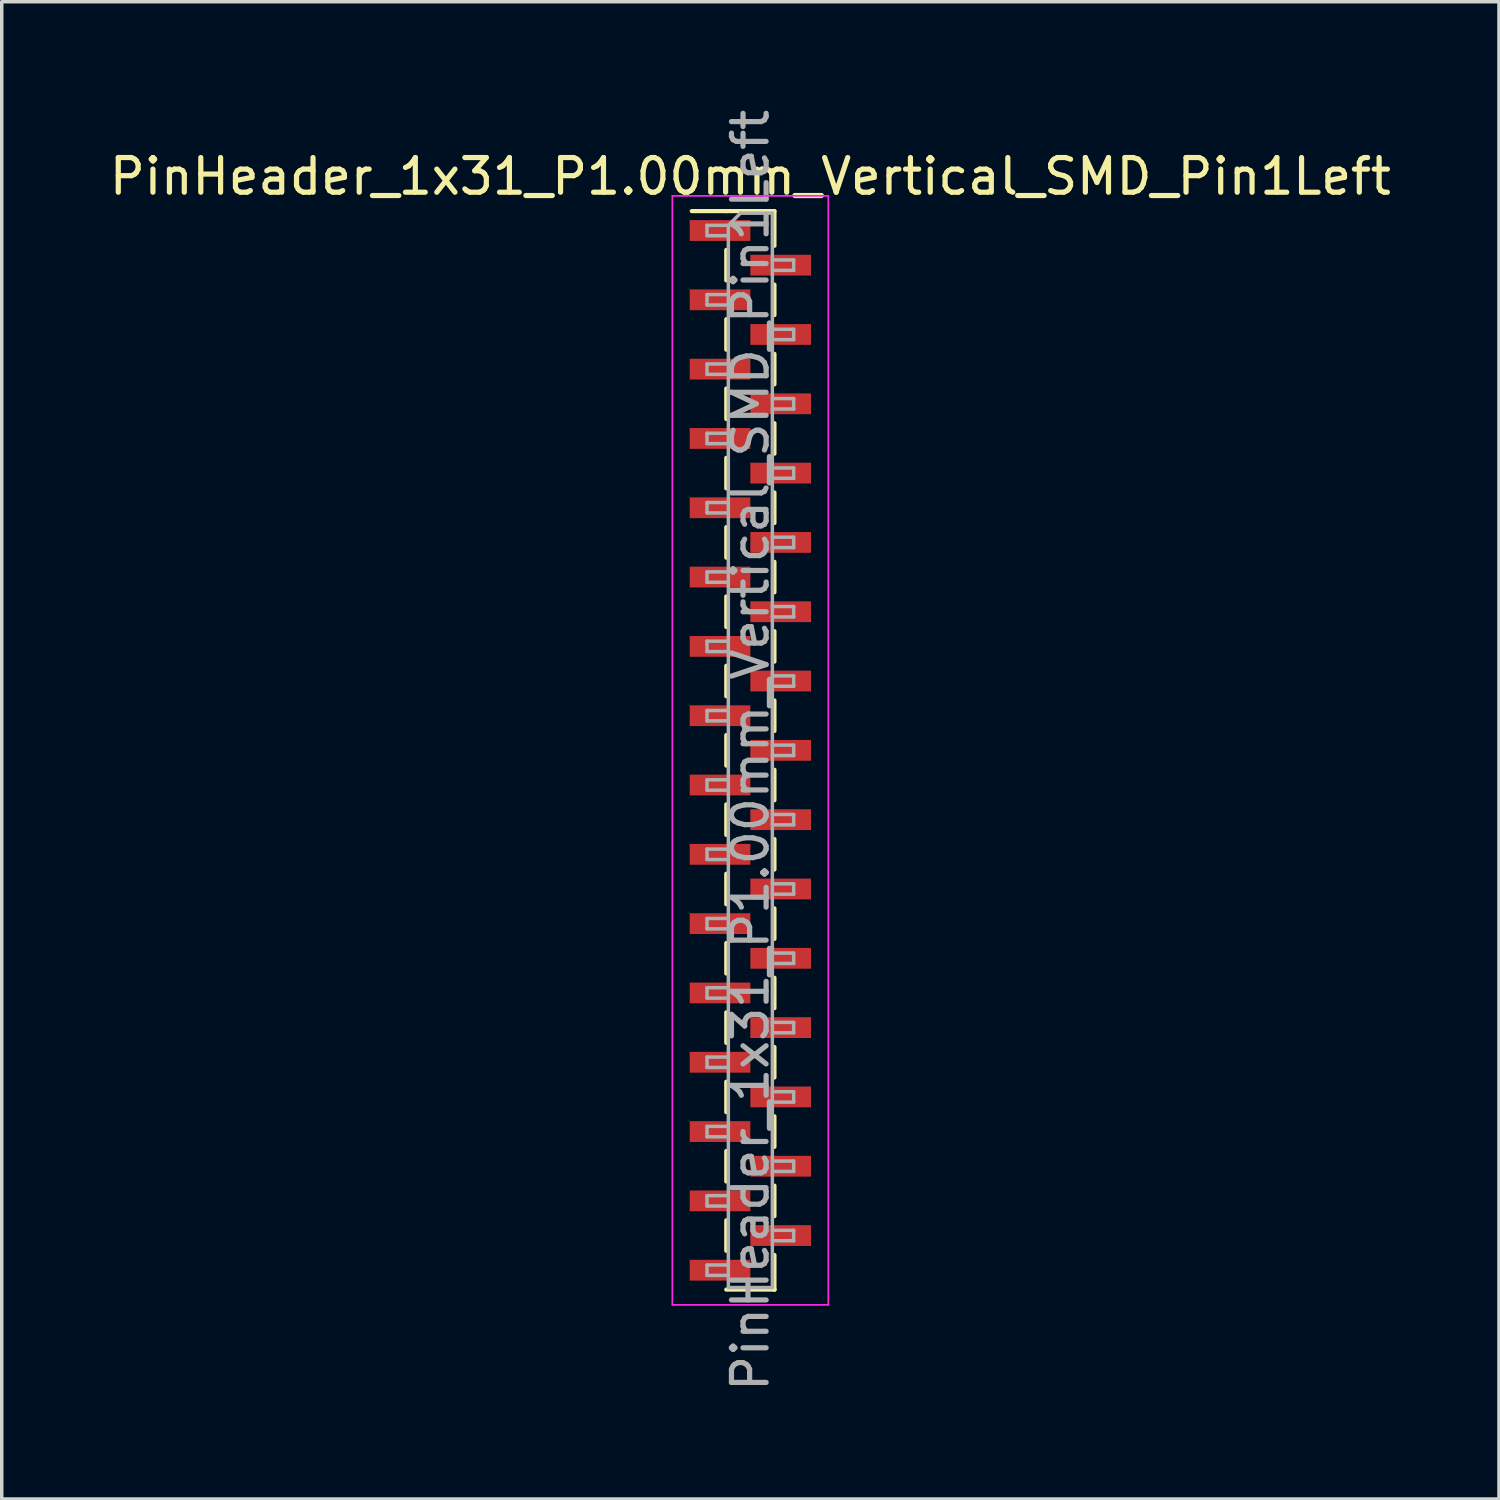
<source format=kicad_pcb>
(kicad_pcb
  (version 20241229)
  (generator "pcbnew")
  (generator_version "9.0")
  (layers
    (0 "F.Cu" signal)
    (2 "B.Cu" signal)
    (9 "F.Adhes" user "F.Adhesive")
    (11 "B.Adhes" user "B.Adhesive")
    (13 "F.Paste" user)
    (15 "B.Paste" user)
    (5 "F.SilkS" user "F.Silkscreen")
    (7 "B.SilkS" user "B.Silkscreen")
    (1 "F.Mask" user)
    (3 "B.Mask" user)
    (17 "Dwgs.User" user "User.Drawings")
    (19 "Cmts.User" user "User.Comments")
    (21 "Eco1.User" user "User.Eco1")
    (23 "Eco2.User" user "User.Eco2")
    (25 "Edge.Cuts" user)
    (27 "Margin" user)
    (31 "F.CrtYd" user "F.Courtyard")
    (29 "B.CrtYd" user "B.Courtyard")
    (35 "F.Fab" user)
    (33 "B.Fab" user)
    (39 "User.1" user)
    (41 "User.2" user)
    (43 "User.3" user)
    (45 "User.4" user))
  (footprint "PinHeader_1x31_P1.00mm_Vertical_SMD_Pin1Left"
    (layer "F.Cu")
    (at 18.601 18.601)
    (property "Reference" "PinHeader_1x31_P1.00mm_Vertical_SMD_Pin1Left" (at 0 -16.56 0) (layer "F.SilkS") (effects (font (size 1 1) (thickness 0.15))))
    (attr smd)
    (fp_line (start -0.695 -15.56) (end -1.69 -15.56) (stroke (width 0.12) (type solid)) (layer "F.SilkS"))
    (fp_line (start -0.695 -15.56) (end -0.695 -15.56) (stroke (width 0.12) (type solid)) (layer "F.SilkS"))
    (fp_line (start -0.695 -15.56) (end 0.695 -15.56) (stroke (width 0.12) (type solid)) (layer "F.SilkS"))
    (fp_line (start -0.695 -14.44) (end -0.695 -13.56) (stroke (width 0.12) (type solid)) (layer "F.SilkS"))
    (fp_line (start -0.695 -12.44) (end -0.695 -11.56) (stroke (width 0.12) (type solid)) (layer "F.SilkS"))
    (fp_line (start -0.695 -10.44) (end -0.695 -9.56) (stroke (width 0.12) (type solid)) (layer "F.SilkS"))
    (fp_line (start -0.695 -8.44) (end -0.695 -7.56) (stroke (width 0.12) (type solid)) (layer "F.SilkS"))
    (fp_line (start -0.695 -6.44) (end -0.695 -5.56) (stroke (width 0.12) (type solid)) (layer "F.SilkS"))
    (fp_line (start -0.695 -4.44) (end -0.695 -3.56) (stroke (width 0.12) (type solid)) (layer "F.SilkS"))
    (fp_line (start -0.695 -2.44) (end -0.695 -1.56) (stroke (width 0.12) (type solid)) (layer "F.SilkS"))
    (fp_line (start -0.695 -0.44) (end -0.695 0.44) (stroke (width 0.12) (type solid)) (layer "F.SilkS"))
    (fp_line (start -0.695 1.56) (end -0.695 2.44) (stroke (width 0.12) (type solid)) (layer "F.SilkS"))
    (fp_line (start -0.695 3.56) (end -0.695 4.44) (stroke (width 0.12) (type solid)) (layer "F.SilkS"))
    (fp_line (start -0.695 5.56) (end -0.695 6.44) (stroke (width 0.12) (type solid)) (layer "F.SilkS"))
    (fp_line (start -0.695 7.56) (end -0.695 8.44) (stroke (width 0.12) (type solid)) (layer "F.SilkS"))
    (fp_line (start -0.695 9.56) (end -0.695 10.44) (stroke (width 0.12) (type solid)) (layer "F.SilkS"))
    (fp_line (start -0.695 11.56) (end -0.695 12.44) (stroke (width 0.12) (type solid)) (layer "F.SilkS"))
    (fp_line (start -0.695 13.56) (end -0.695 14.44) (stroke (width 0.12) (type solid)) (layer "F.SilkS"))
    (fp_line (start -0.695 15.56) (end 0.695 15.56) (stroke (width 0.12) (type solid)) (layer "F.SilkS"))
    (fp_line (start 0.695 -15.56) (end 0.695 -14.56) (stroke (width 0.12) (type solid)) (layer "F.SilkS"))
    (fp_line (start 0.695 -13.44) (end 0.695 -12.56) (stroke (width 0.12) (type solid)) (layer "F.SilkS"))
    (fp_line (start 0.695 -11.44) (end 0.695 -10.56) (stroke (width 0.12) (type solid)) (layer "F.SilkS"))
    (fp_line (start 0.695 -9.44) (end 0.695 -8.56) (stroke (width 0.12) (type solid)) (layer "F.SilkS"))
    (fp_line (start 0.695 -7.44) (end 0.695 -6.56) (stroke (width 0.12) (type solid)) (layer "F.SilkS"))
    (fp_line (start 0.695 -5.44) (end 0.695 -4.56) (stroke (width 0.12) (type solid)) (layer "F.SilkS"))
    (fp_line (start 0.695 -3.44) (end 0.695 -2.56) (stroke (width 0.12) (type solid)) (layer "F.SilkS"))
    (fp_line (start 0.695 -1.44) (end 0.695 -0.56) (stroke (width 0.12) (type solid)) (layer "F.SilkS"))
    (fp_line (start 0.695 0.56) (end 0.695 1.44) (stroke (width 0.12) (type solid)) (layer "F.SilkS"))
    (fp_line (start 0.695 2.56) (end 0.695 3.44) (stroke (width 0.12) (type solid)) (layer "F.SilkS"))
    (fp_line (start 0.695 4.56) (end 0.695 5.44) (stroke (width 0.12) (type solid)) (layer "F.SilkS"))
    (fp_line (start 0.695 6.56) (end 0.695 7.44) (stroke (width 0.12) (type solid)) (layer "F.SilkS"))
    (fp_line (start 0.695 8.56) (end 0.695 9.44) (stroke (width 0.12) (type solid)) (layer "F.SilkS"))
    (fp_line (start 0.695 10.56) (end 0.695 11.44) (stroke (width 0.12) (type solid)) (layer "F.SilkS"))
    (fp_line (start 0.695 12.56) (end 0.695 13.44) (stroke (width 0.12) (type solid)) (layer "F.SilkS"))
    (fp_line (start 0.695 14.56) (end 0.695 15.56) (stroke (width 0.12) (type solid)) (layer "F.SilkS"))
    (fp_line (start 0.695 15.56) (end 0.695 15.56) (stroke (width 0.12) (type solid)) (layer "F.SilkS"))
    (fp_line (start -2.25 -16) (end -2.25 16) (stroke (width 0.05) (type solid)) (layer "F.CrtYd"))
    (fp_line (start -2.25 16) (end 2.25 16) (stroke (width 0.05) (type solid)) (layer "F.CrtYd"))
    (fp_line (start 2.25 -16) (end -2.25 -16) (stroke (width 0.05) (type solid)) (layer "F.CrtYd"))
    (fp_line (start 2.25 16) (end 2.25 -16) (stroke (width 0.05) (type solid)) (layer "F.CrtYd"))
    (fp_line (start -1.25 -15.15) (end -1.25 -14.85) (stroke (width 0.1) (type solid)) (layer "F.Fab"))
    (fp_line (start -1.25 -14.85) (end -0.635 -14.85) (stroke (width 0.1) (type solid)) (layer "F.Fab"))
    (fp_line (start -1.25 -13.15) (end -1.25 -12.85) (stroke (width 0.1) (type solid)) (layer "F.Fab"))
    (fp_line (start -1.25 -12.85) (end -0.635 -12.85) (stroke (width 0.1) (type solid)) (layer "F.Fab"))
    (fp_line (start -1.25 -11.15) (end -1.25 -10.85) (stroke (width 0.1) (type solid)) (layer "F.Fab"))
    (fp_line (start -1.25 -10.85) (end -0.635 -10.85) (stroke (width 0.1) (type solid)) (layer "F.Fab"))
    (fp_line (start -1.25 -9.15) (end -1.25 -8.85) (stroke (width 0.1) (type solid)) (layer "F.Fab"))
    (fp_line (start -1.25 -8.85) (end -0.635 -8.85) (stroke (width 0.1) (type solid)) (layer "F.Fab"))
    (fp_line (start -1.25 -7.15) (end -1.25 -6.85) (stroke (width 0.1) (type solid)) (layer "F.Fab"))
    (fp_line (start -1.25 -6.85) (end -0.635 -6.85) (stroke (width 0.1) (type solid)) (layer "F.Fab"))
    (fp_line (start -1.25 -5.15) (end -1.25 -4.85) (stroke (width 0.1) (type solid)) (layer "F.Fab"))
    (fp_line (start -1.25 -4.85) (end -0.635 -4.85) (stroke (width 0.1) (type solid)) (layer "F.Fab"))
    (fp_line (start -1.25 -3.15) (end -1.25 -2.85) (stroke (width 0.1) (type solid)) (layer "F.Fab"))
    (fp_line (start -1.25 -2.85) (end -0.635 -2.85) (stroke (width 0.1) (type solid)) (layer "F.Fab"))
    (fp_line (start -1.25 -1.15) (end -1.25 -0.85) (stroke (width 0.1) (type solid)) (layer "F.Fab"))
    (fp_line (start -1.25 -0.85) (end -0.635 -0.85) (stroke (width 0.1) (type solid)) (layer "F.Fab"))
    (fp_line (start -1.25 0.85) (end -1.25 1.15) (stroke (width 0.1) (type solid)) (layer "F.Fab"))
    (fp_line (start -1.25 1.15) (end -0.635 1.15) (stroke (width 0.1) (type solid)) (layer "F.Fab"))
    (fp_line (start -1.25 2.85) (end -1.25 3.15) (stroke (width 0.1) (type solid)) (layer "F.Fab"))
    (fp_line (start -1.25 3.15) (end -0.635 3.15) (stroke (width 0.1) (type solid)) (layer "F.Fab"))
    (fp_line (start -1.25 4.85) (end -1.25 5.15) (stroke (width 0.1) (type solid)) (layer "F.Fab"))
    (fp_line (start -1.25 5.15) (end -0.635 5.15) (stroke (width 0.1) (type solid)) (layer "F.Fab"))
    (fp_line (start -1.25 6.85) (end -1.25 7.15) (stroke (width 0.1) (type solid)) (layer "F.Fab"))
    (fp_line (start -1.25 7.15) (end -0.635 7.15) (stroke (width 0.1) (type solid)) (layer "F.Fab"))
    (fp_line (start -1.25 8.85) (end -1.25 9.15) (stroke (width 0.1) (type solid)) (layer "F.Fab"))
    (fp_line (start -1.25 9.15) (end -0.635 9.15) (stroke (width 0.1) (type solid)) (layer "F.Fab"))
    (fp_line (start -1.25 10.85) (end -1.25 11.15) (stroke (width 0.1) (type solid)) (layer "F.Fab"))
    (fp_line (start -1.25 11.15) (end -0.635 11.15) (stroke (width 0.1) (type solid)) (layer "F.Fab"))
    (fp_line (start -1.25 12.85) (end -1.25 13.15) (stroke (width 0.1) (type solid)) (layer "F.Fab"))
    (fp_line (start -1.25 13.15) (end -0.635 13.15) (stroke (width 0.1) (type solid)) (layer "F.Fab"))
    (fp_line (start -1.25 14.85) (end -1.25 15.15) (stroke (width 0.1) (type solid)) (layer "F.Fab"))
    (fp_line (start -1.25 15.15) (end -0.635 15.15) (stroke (width 0.1) (type solid)) (layer "F.Fab"))
    (fp_line (start -0.635 -15.15) (end -1.25 -15.15) (stroke (width 0.1) (type solid)) (layer "F.Fab"))
    (fp_line (start -0.635 -15.15) (end -0.285 -15.5) (stroke (width 0.1) (type solid)) (layer "F.Fab"))
    (fp_line (start -0.635 -13.15) (end -1.25 -13.15) (stroke (width 0.1) (type solid)) (layer "F.Fab"))
    (fp_line (start -0.635 -11.15) (end -1.25 -11.15) (stroke (width 0.1) (type solid)) (layer "F.Fab"))
    (fp_line (start -0.635 -9.15) (end -1.25 -9.15) (stroke (width 0.1) (type solid)) (layer "F.Fab"))
    (fp_line (start -0.635 -7.15) (end -1.25 -7.15) (stroke (width 0.1) (type solid)) (layer "F.Fab"))
    (fp_line (start -0.635 -5.15) (end -1.25 -5.15) (stroke (width 0.1) (type solid)) (layer "F.Fab"))
    (fp_line (start -0.635 -3.15) (end -1.25 -3.15) (stroke (width 0.1) (type solid)) (layer "F.Fab"))
    (fp_line (start -0.635 -1.15) (end -1.25 -1.15) (stroke (width 0.1) (type solid)) (layer "F.Fab"))
    (fp_line (start -0.635 0.85) (end -1.25 0.85) (stroke (width 0.1) (type solid)) (layer "F.Fab"))
    (fp_line (start -0.635 2.85) (end -1.25 2.85) (stroke (width 0.1) (type solid)) (layer "F.Fab"))
    (fp_line (start -0.635 4.85) (end -1.25 4.85) (stroke (width 0.1) (type solid)) (layer "F.Fab"))
    (fp_line (start -0.635 6.85) (end -1.25 6.85) (stroke (width 0.1) (type solid)) (layer "F.Fab"))
    (fp_line (start -0.635 8.85) (end -1.25 8.85) (stroke (width 0.1) (type solid)) (layer "F.Fab"))
    (fp_line (start -0.635 10.85) (end -1.25 10.85) (stroke (width 0.1) (type solid)) (layer "F.Fab"))
    (fp_line (start -0.635 12.85) (end -1.25 12.85) (stroke (width 0.1) (type solid)) (layer "F.Fab"))
    (fp_line (start -0.635 14.85) (end -1.25 14.85) (stroke (width 0.1) (type solid)) (layer "F.Fab"))
    (fp_line (start -0.635 15.5) (end -0.635 -15.15) (stroke (width 0.1) (type solid)) (layer "F.Fab"))
    (fp_line (start -0.285 -15.5) (end 0.635 -15.5) (stroke (width 0.1) (type solid)) (layer "F.Fab"))
    (fp_line (start 0.635 -15.5) (end 0.635 15.5) (stroke (width 0.1) (type solid)) (layer "F.Fab"))
    (fp_line (start 0.635 -14.15) (end 1.25 -14.15) (stroke (width 0.1) (type solid)) (layer "F.Fab"))
    (fp_line (start 0.635 -12.15) (end 1.25 -12.15) (stroke (width 0.1) (type solid)) (layer "F.Fab"))
    (fp_line (start 0.635 -10.15) (end 1.25 -10.15) (stroke (width 0.1) (type solid)) (layer "F.Fab"))
    (fp_line (start 0.635 -8.15) (end 1.25 -8.15) (stroke (width 0.1) (type solid)) (layer "F.Fab"))
    (fp_line (start 0.635 -6.15) (end 1.25 -6.15) (stroke (width 0.1) (type solid)) (layer "F.Fab"))
    (fp_line (start 0.635 -4.15) (end 1.25 -4.15) (stroke (width 0.1) (type solid)) (layer "F.Fab"))
    (fp_line (start 0.635 -2.15) (end 1.25 -2.15) (stroke (width 0.1) (type solid)) (layer "F.Fab"))
    (fp_line (start 0.635 -0.15) (end 1.25 -0.15) (stroke (width 0.1) (type solid)) (layer "F.Fab"))
    (fp_line (start 0.635 1.85) (end 1.25 1.85) (stroke (width 0.1) (type solid)) (layer "F.Fab"))
    (fp_line (start 0.635 3.85) (end 1.25 3.85) (stroke (width 0.1) (type solid)) (layer "F.Fab"))
    (fp_line (start 0.635 5.85) (end 1.25 5.85) (stroke (width 0.1) (type solid)) (layer "F.Fab"))
    (fp_line (start 0.635 7.85) (end 1.25 7.85) (stroke (width 0.1) (type solid)) (layer "F.Fab"))
    (fp_line (start 0.635 9.85) (end 1.25 9.85) (stroke (width 0.1) (type solid)) (layer "F.Fab"))
    (fp_line (start 0.635 11.85) (end 1.25 11.85) (stroke (width 0.1) (type solid)) (layer "F.Fab"))
    (fp_line (start 0.635 13.85) (end 1.25 13.85) (stroke (width 0.1) (type solid)) (layer "F.Fab"))
    (fp_line (start 0.635 15.5) (end -0.635 15.5) (stroke (width 0.1) (type solid)) (layer "F.Fab"))
    (fp_line (start 1.25 -14.15) (end 1.25 -13.85) (stroke (width 0.1) (type solid)) (layer "F.Fab"))
    (fp_line (start 1.25 -13.85) (end 0.635 -13.85) (stroke (width 0.1) (type solid)) (layer "F.Fab"))
    (fp_line (start 1.25 -12.15) (end 1.25 -11.85) (stroke (width 0.1) (type solid)) (layer "F.Fab"))
    (fp_line (start 1.25 -11.85) (end 0.635 -11.85) (stroke (width 0.1) (type solid)) (layer "F.Fab"))
    (fp_line (start 1.25 -10.15) (end 1.25 -9.85) (stroke (width 0.1) (type solid)) (layer "F.Fab"))
    (fp_line (start 1.25 -9.85) (end 0.635 -9.85) (stroke (width 0.1) (type solid)) (layer "F.Fab"))
    (fp_line (start 1.25 -8.15) (end 1.25 -7.85) (stroke (width 0.1) (type solid)) (layer "F.Fab"))
    (fp_line (start 1.25 -7.85) (end 0.635 -7.85) (stroke (width 0.1) (type solid)) (layer "F.Fab"))
    (fp_line (start 1.25 -6.15) (end 1.25 -5.85) (stroke (width 0.1) (type solid)) (layer "F.Fab"))
    (fp_line (start 1.25 -5.85) (end 0.635 -5.85) (stroke (width 0.1) (type solid)) (layer "F.Fab"))
    (fp_line (start 1.25 -4.15) (end 1.25 -3.85) (stroke (width 0.1) (type solid)) (layer "F.Fab"))
    (fp_line (start 1.25 -3.85) (end 0.635 -3.85) (stroke (width 0.1) (type solid)) (layer "F.Fab"))
    (fp_line (start 1.25 -2.15) (end 1.25 -1.85) (stroke (width 0.1) (type solid)) (layer "F.Fab"))
    (fp_line (start 1.25 -1.85) (end 0.635 -1.85) (stroke (width 0.1) (type solid)) (layer "F.Fab"))
    (fp_line (start 1.25 -0.15) (end 1.25 0.15) (stroke (width 0.1) (type solid)) (layer "F.Fab"))
    (fp_line (start 1.25 0.15) (end 0.635 0.15) (stroke (width 0.1) (type solid)) (layer "F.Fab"))
    (fp_line (start 1.25 1.85) (end 1.25 2.15) (stroke (width 0.1) (type solid)) (layer "F.Fab"))
    (fp_line (start 1.25 2.15) (end 0.635 2.15) (stroke (width 0.1) (type solid)) (layer "F.Fab"))
    (fp_line (start 1.25 3.85) (end 1.25 4.15) (stroke (width 0.1) (type solid)) (layer "F.Fab"))
    (fp_line (start 1.25 4.15) (end 0.635 4.15) (stroke (width 0.1) (type solid)) (layer "F.Fab"))
    (fp_line (start 1.25 5.85) (end 1.25 6.15) (stroke (width 0.1) (type solid)) (layer "F.Fab"))
    (fp_line (start 1.25 6.15) (end 0.635 6.15) (stroke (width 0.1) (type solid)) (layer "F.Fab"))
    (fp_line (start 1.25 7.85) (end 1.25 8.15) (stroke (width 0.1) (type solid)) (layer "F.Fab"))
    (fp_line (start 1.25 8.15) (end 0.635 8.15) (stroke (width 0.1) (type solid)) (layer "F.Fab"))
    (fp_line (start 1.25 9.85) (end 1.25 10.15) (stroke (width 0.1) (type solid)) (layer "F.Fab"))
    (fp_line (start 1.25 10.15) (end 0.635 10.15) (stroke (width 0.1) (type solid)) (layer "F.Fab"))
    (fp_line (start 1.25 11.85) (end 1.25 12.15) (stroke (width 0.1) (type solid)) (layer "F.Fab"))
    (fp_line (start 1.25 12.15) (end 0.635 12.15) (stroke (width 0.1) (type solid)) (layer "F.Fab"))
    (fp_line (start 1.25 13.85) (end 1.25 14.15) (stroke (width 0.1) (type solid)) (layer "F.Fab"))
    (fp_line (start 1.25 14.15) (end 0.635 14.15) (stroke (width 0.1) (type solid)) (layer "F.Fab"))
    (fp_text user "${REFERENCE}" (at 0 0 90) (layer "F.Fab") (effects (font (size 1 1) (thickness 0.15))))
    (pad "1" smd rect (at -0.875 -15) (size 1.75 0.6) (layers "F.Cu" "F.Mask" "F.Paste"))
    (pad "2" smd rect (at 0.875 -14) (size 1.75 0.6) (layers "F.Cu" "F.Mask" "F.Paste"))
    (pad "3" smd rect (at -0.875 -13) (size 1.75 0.6) (layers "F.Cu" "F.Mask" "F.Paste"))
    (pad "4" smd rect (at 0.875 -12) (size 1.75 0.6) (layers "F.Cu" "F.Mask" "F.Paste"))
    (pad "5" smd rect (at -0.875 -11) (size 1.75 0.6) (layers "F.Cu" "F.Mask" "F.Paste"))
    (pad "6" smd rect (at 0.875 -10) (size 1.75 0.6) (layers "F.Cu" "F.Mask" "F.Paste"))
    (pad "7" smd rect (at -0.875 -9) (size 1.75 0.6) (layers "F.Cu" "F.Mask" "F.Paste"))
    (pad "8" smd rect (at 0.875 -8) (size 1.75 0.6) (layers "F.Cu" "F.Mask" "F.Paste"))
    (pad "9" smd rect (at -0.875 -7) (size 1.75 0.6) (layers "F.Cu" "F.Mask" "F.Paste"))
    (pad "10" smd rect (at 0.875 -6) (size 1.75 0.6) (layers "F.Cu" "F.Mask" "F.Paste"))
    (pad "11" smd rect (at -0.875 -5) (size 1.75 0.6) (layers "F.Cu" "F.Mask" "F.Paste"))
    (pad "12" smd rect (at 0.875 -4) (size 1.75 0.6) (layers "F.Cu" "F.Mask" "F.Paste"))
    (pad "13" smd rect (at -0.875 -3) (size 1.75 0.6) (layers "F.Cu" "F.Mask" "F.Paste"))
    (pad "14" smd rect (at 0.875 -2) (size 1.75 0.6) (layers "F.Cu" "F.Mask" "F.Paste"))
    (pad "15" smd rect (at -0.875 -1) (size 1.75 0.6) (layers "F.Cu" "F.Mask" "F.Paste"))
    (pad "16" smd rect (at 0.875 0) (size 1.75 0.6) (layers "F.Cu" "F.Mask" "F.Paste"))
    (pad "17" smd rect (at -0.875 1) (size 1.75 0.6) (layers "F.Cu" "F.Mask" "F.Paste"))
    (pad "18" smd rect (at 0.875 2) (size 1.75 0.6) (layers "F.Cu" "F.Mask" "F.Paste"))
    (pad "19" smd rect (at -0.875 3) (size 1.75 0.6) (layers "F.Cu" "F.Mask" "F.Paste"))
    (pad "20" smd rect (at 0.875 4) (size 1.75 0.6) (layers "F.Cu" "F.Mask" "F.Paste"))
    (pad "21" smd rect (at -0.875 5) (size 1.75 0.6) (layers "F.Cu" "F.Mask" "F.Paste"))
    (pad "22" smd rect (at 0.875 6) (size 1.75 0.6) (layers "F.Cu" "F.Mask" "F.Paste"))
    (pad "23" smd rect (at -0.875 7) (size 1.75 0.6) (layers "F.Cu" "F.Mask" "F.Paste"))
    (pad "24" smd rect (at 0.875 8) (size 1.75 0.6) (layers "F.Cu" "F.Mask" "F.Paste"))
    (pad "25" smd rect (at -0.875 9) (size 1.75 0.6) (layers "F.Cu" "F.Mask" "F.Paste"))
    (pad "26" smd rect (at 0.875 10) (size 1.75 0.6) (layers "F.Cu" "F.Mask" "F.Paste"))
    (pad "27" smd rect (at -0.875 11) (size 1.75 0.6) (layers "F.Cu" "F.Mask" "F.Paste"))
    (pad "28" smd rect (at 0.875 12) (size 1.75 0.6) (layers "F.Cu" "F.Mask" "F.Paste"))
    (pad "29" smd rect (at -0.875 13) (size 1.75 0.6) (layers "F.Cu" "F.Mask" "F.Paste"))
    (pad "30" smd rect (at 0.875 14) (size 1.75 0.6) (layers "F.Cu" "F.Mask" "F.Paste"))
    (pad "31" smd rect (at -0.875 15) (size 1.75 0.6) (layers "F.Cu" "F.Mask" "F.Paste")))
  (gr_rect
    (start -3 -3)
    (end 40.202 40.202)
    (stroke (width 0.1) (type default))
    (fill no)
    (layer "Edge.Cuts")))
</source>
